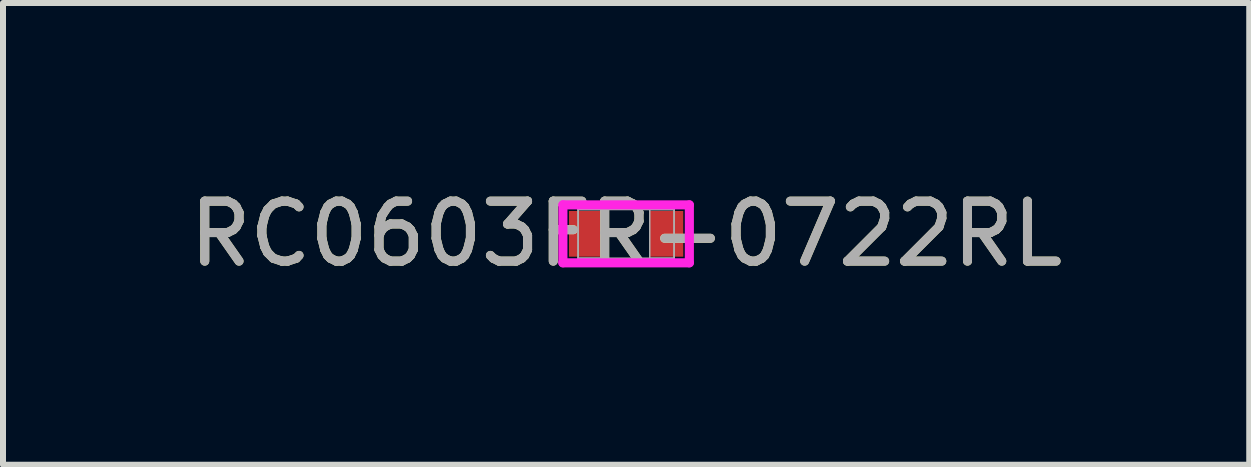
<source format=kicad_pcb>
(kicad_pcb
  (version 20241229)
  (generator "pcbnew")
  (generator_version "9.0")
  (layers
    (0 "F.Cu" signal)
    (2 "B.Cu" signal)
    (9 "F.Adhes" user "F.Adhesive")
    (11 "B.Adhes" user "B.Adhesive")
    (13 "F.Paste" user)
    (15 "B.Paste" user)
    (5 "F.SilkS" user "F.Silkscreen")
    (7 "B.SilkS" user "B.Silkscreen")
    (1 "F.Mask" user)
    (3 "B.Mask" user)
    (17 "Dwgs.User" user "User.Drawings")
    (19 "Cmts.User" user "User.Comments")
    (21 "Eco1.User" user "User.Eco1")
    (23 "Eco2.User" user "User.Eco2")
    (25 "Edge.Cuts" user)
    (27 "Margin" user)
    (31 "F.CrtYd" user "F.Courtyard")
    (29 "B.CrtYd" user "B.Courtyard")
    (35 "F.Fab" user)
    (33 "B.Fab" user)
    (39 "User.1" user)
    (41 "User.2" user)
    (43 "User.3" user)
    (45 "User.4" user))
  (footprint "RC0603FR-0722RL"
    (layer "F.Cu")
    (at 7.387 0.848)
    (property "Reference" "RC0603FR-0722RL" (at 0 0 0) (unlocked yes) (layer "F.SilkS") (effects (font (size 1 1) (thickness 0.15))))
    (attr smd)
    (fp_line (start -1.054 -0.483) (end 1.054 -0.483) (stroke (width 0.152) (type solid)) (layer "F.CrtYd"))
    (fp_line (start -1.054 0.483) (end -1.054 -0.483) (stroke (width 0.152) (type solid)) (layer "F.CrtYd"))
    (fp_line (start 1.054 -0.483) (end 1.054 0.483) (stroke (width 0.152) (type solid)) (layer "F.CrtYd"))
    (fp_line (start 1.054 0.483) (end -1.054 0.483) (stroke (width 0.152) (type solid)) (layer "F.CrtYd"))
    (fp_line (start -0.8 -0.406) (end -0.8 0.406) (stroke (width 0.025) (type solid)) (layer "F.Fab"))
    (fp_line (start -0.8 -0.406) (end -0.8 0.406) (stroke (width 0.025) (type solid)) (layer "F.Fab"))
    (fp_line (start -0.8 0.406) (end -0.394 0.406) (stroke (width 0.025) (type solid)) (layer "F.Fab"))
    (fp_line (start -0.8 0.406) (end 0.8 0.406) (stroke (width 0.025) (type solid)) (layer "F.Fab"))
    (fp_line (start -0.394 -0.406) (end -0.8 -0.406) (stroke (width 0.025) (type solid)) (layer "F.Fab"))
    (fp_line (start -0.394 0.406) (end -0.394 -0.406) (stroke (width 0.025) (type solid)) (layer "F.Fab"))
    (fp_line (start 0.394 -0.406) (end 0.394 0.406) (stroke (width 0.025) (type solid)) (layer "F.Fab"))
    (fp_line (start 0.394 0.406) (end 0.8 0.406) (stroke (width 0.025) (type solid)) (layer "F.Fab"))
    (fp_line (start 0.8 -0.406) (end -0.8 -0.406) (stroke (width 0.025) (type solid)) (layer "F.Fab"))
    (fp_line (start 0.8 -0.406) (end 0.394 -0.406) (stroke (width 0.025) (type solid)) (layer "F.Fab"))
    (fp_line (start 0.8 0.406) (end 0.8 -0.406) (stroke (width 0.025) (type solid)) (layer "F.Fab"))
    (fp_line (start 0.8 0.406) (end 0.8 -0.406) (stroke (width 0.025) (type solid)) (layer "F.Fab"))
    (fp_text user "${REFERENCE}" (at 0 0 0) (unlocked yes) (layer "F.Fab") (effects (font (size 1 1) (thickness 0.15))))
    (pad "1" smd rect (at -0.673 0) (size 0.559 0.762) (layers "F.Cu" "F.Mask" "F.Paste"))
    (pad "2" smd rect (at 0.673 0) (size 0.559 0.762) (layers "F.Cu" "F.Mask" "F.Paste"))
    (zone (net_name "") (layer "F.Cu") (hatch full 0.508) (connect_pads) (min_thickness 0.254) (filled_areas_thickness no) (keepout (tracks not_allowed) (vias not_allowed) (pads allowed) (copperpour not_allowed) (footprints allowed)) (placement (enabled no)) (fill) (polygon (pts (xy 7.044 0.493) (xy 7.73 0.493) (xy 7.73 1.204) (xy 7.044 1.204)))))
  (gr_rect
    (start -3 -3)
    (end 17.774 4.697)
    (stroke (width 0.1) (type default))
    (fill no)
    (layer "Edge.Cuts")))
</source>
